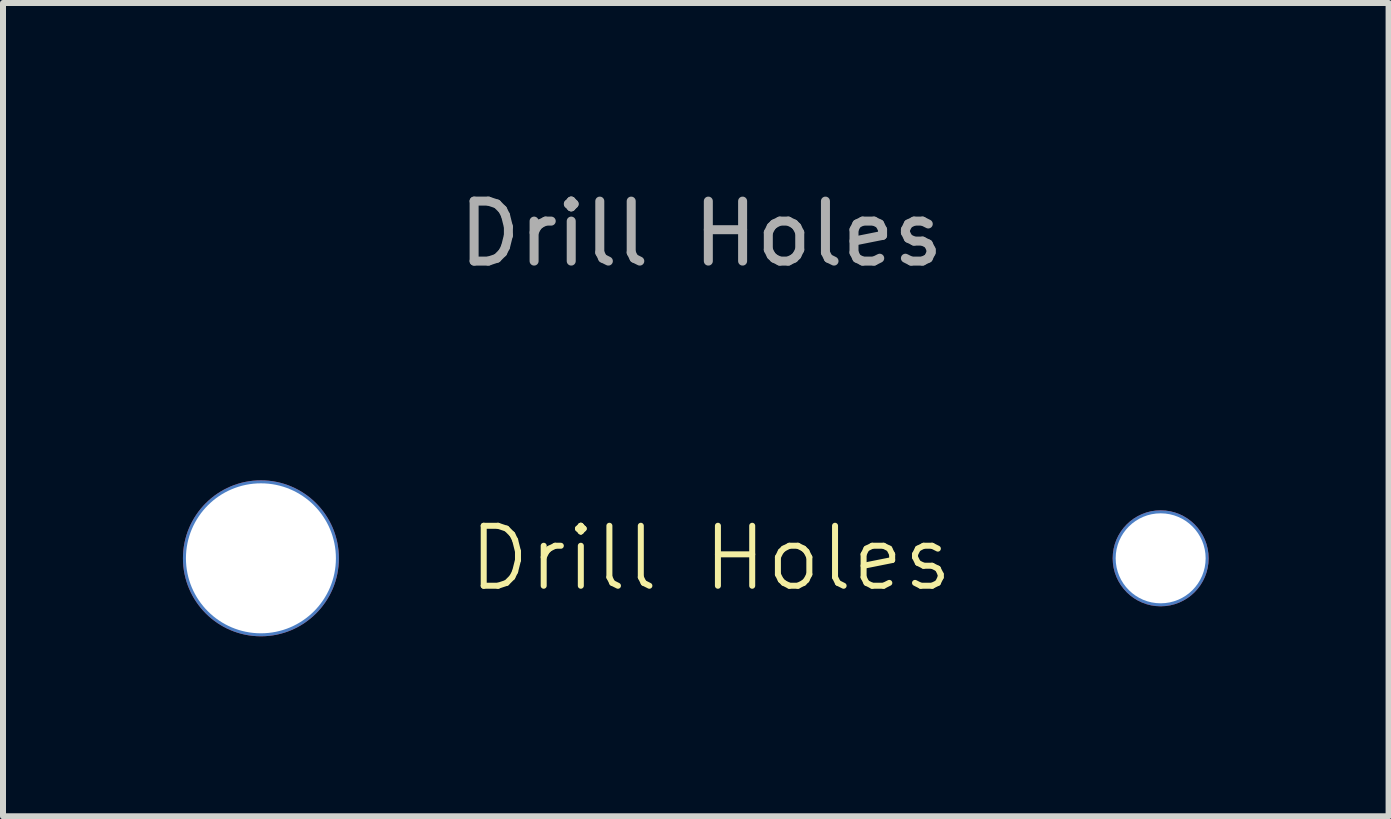
<source format=kicad_pcb>
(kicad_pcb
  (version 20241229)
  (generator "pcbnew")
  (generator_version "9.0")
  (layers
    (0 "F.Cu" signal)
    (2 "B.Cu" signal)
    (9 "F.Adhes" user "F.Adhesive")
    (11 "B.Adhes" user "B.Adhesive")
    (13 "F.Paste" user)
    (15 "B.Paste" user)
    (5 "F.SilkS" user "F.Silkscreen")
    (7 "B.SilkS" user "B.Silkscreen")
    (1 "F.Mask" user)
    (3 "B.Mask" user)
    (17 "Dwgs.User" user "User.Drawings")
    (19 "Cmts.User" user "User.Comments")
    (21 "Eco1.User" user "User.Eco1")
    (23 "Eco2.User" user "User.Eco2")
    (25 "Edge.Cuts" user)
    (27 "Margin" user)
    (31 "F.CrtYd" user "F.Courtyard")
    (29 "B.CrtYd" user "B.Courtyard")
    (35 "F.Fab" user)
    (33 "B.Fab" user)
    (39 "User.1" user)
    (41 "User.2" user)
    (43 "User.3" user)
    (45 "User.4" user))
  (footprint "Drill Holes"
    (layer "F.Cu")
    (at 8.8 6.258)
    (property "Reference" "Drill Holes" (at 0 0 0) (unlocked yes) (layer "F.SilkS") (effects (font (size 1 1) (thickness 0.1))))
    (attr smd)
    (fp_text user "${REFERENCE}" (at -0.16 -5.41 0) (unlocked yes) (layer "F.Fab") (effects (font (size 1 1) (thickness 0.15))))
    (pad "1" thru_hole circle (at -7.5 0) (size 2.6 2.6) (drill 2.5) (layers "*.Cu" "*.Mask"))
    (pad "2" thru_hole circle (at 7.5 0) (size 1.6 1.6) (drill 1.5) (layers "*.Cu" "*.Mask")))
  (gr_rect
    (start -3 -3)
    (end 20.1 10.558)
    (stroke (width 0.1) (type default))
    (fill no)
    (layer "Edge.Cuts")))
</source>
